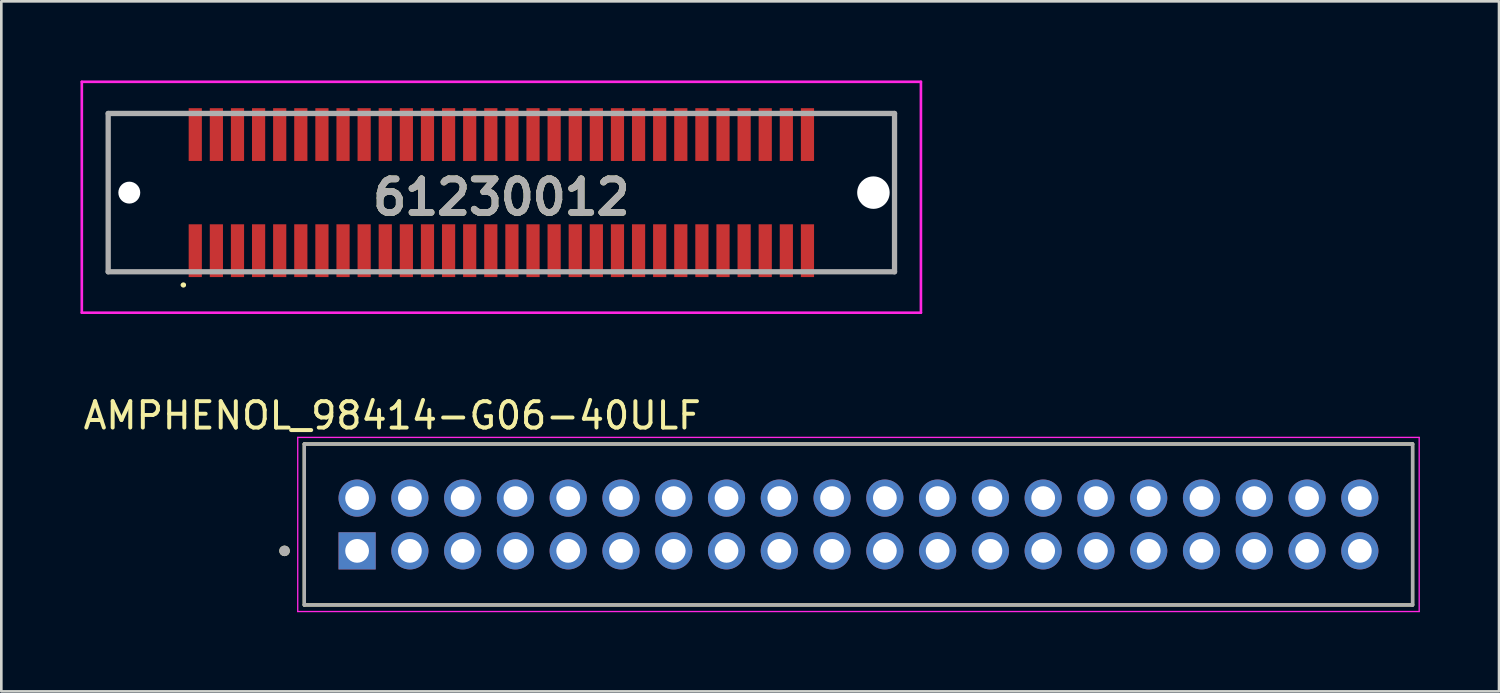
<source format=kicad_pcb>
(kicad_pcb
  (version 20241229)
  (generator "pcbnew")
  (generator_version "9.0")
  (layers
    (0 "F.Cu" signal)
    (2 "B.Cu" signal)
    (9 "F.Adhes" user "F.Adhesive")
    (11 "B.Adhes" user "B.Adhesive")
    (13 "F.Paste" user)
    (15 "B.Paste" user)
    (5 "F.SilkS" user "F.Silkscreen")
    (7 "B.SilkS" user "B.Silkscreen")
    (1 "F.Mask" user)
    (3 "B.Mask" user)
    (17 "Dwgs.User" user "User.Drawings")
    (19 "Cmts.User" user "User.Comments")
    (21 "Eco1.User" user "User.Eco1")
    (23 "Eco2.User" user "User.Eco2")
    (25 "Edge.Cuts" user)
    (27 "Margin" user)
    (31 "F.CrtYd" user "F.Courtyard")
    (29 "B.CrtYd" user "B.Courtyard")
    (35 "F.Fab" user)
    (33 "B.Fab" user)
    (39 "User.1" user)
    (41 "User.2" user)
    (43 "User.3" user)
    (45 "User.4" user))
  (footprint "61230012"
    (layer "F.Cu")
    (at 15.95 4.25)
    (property "Reference" "61230012" (at 0 0.175 0) (layer "F.SilkS") (effects (font (size 1.27 1.27) (thickness 0.254))))
    (attr through_hole)
    (fp_line (start -14.9 -3) (end -12.5 -3) (stroke (width 0.1) (type solid)) (layer "F.SilkS"))
    (fp_line (start -14.9 3) (end -14.9 -3) (stroke (width 0.1) (type solid)) (layer "F.SilkS"))
    (fp_line (start -12.5 3) (end -14.9 3) (stroke (width 0.1) (type solid)) (layer "F.SilkS"))
    (fp_line (start -12.1 3.5) (end -12.1 3.5) (stroke (width 0.1) (type solid)) (layer "F.SilkS"))
    (fp_line (start -12 3.5) (end -12 3.5) (stroke (width 0.1) (type solid)) (layer "F.SilkS"))
    (fp_line (start 13 -3) (end 14.9 -3) (stroke (width 0.1) (type solid)) (layer "F.SilkS"))
    (fp_line (start 14.9 -3) (end 14.9 3) (stroke (width 0.1) (type solid)) (layer "F.SilkS"))
    (fp_line (start 14.9 3) (end 12.5 3) (stroke (width 0.1) (type solid)) (layer "F.SilkS"))
    (fp_arc (start -12.1 3.5) (mid -12.05 3.45) (end -12 3.5) (stroke (width 0.1) (type solid)) (layer "F.SilkS"))
    (fp_arc (start -12 3.5) (mid -12.05 3.55) (end -12.1 3.5) (stroke (width 0.1) (type solid)) (layer "F.SilkS"))
    (fp_line (start -15.9 -4.2) (end 15.9 -4.2) (stroke (width 0.1) (type solid)) (layer "F.CrtYd"))
    (fp_line (start -15.9 4.55) (end -15.9 -4.2) (stroke (width 0.1) (type solid)) (layer "F.CrtYd"))
    (fp_line (start 15.9 -4.2) (end 15.9 4.55) (stroke (width 0.1) (type solid)) (layer "F.CrtYd"))
    (fp_line (start 15.9 4.55) (end -15.9 4.55) (stroke (width 0.1) (type solid)) (layer "F.CrtYd"))
    (fp_line (start -14.9 -3) (end 14.9 -3) (stroke (width 0.2) (type solid)) (layer "F.Fab"))
    (fp_line (start -14.9 3) (end -14.9 -3) (stroke (width 0.2) (type solid)) (layer "F.Fab"))
    (fp_line (start 14.9 -3) (end 14.9 3) (stroke (width 0.2) (type solid)) (layer "F.Fab"))
    (fp_line (start 14.9 3) (end -14.9 3) (stroke (width 0.2) (type solid)) (layer "F.Fab"))
    (fp_text user "${REFERENCE}" (at 0 0.175 0) (layer "F.Fab") (effects (font (size 1.27 1.27) (thickness 0.254))))
    (pad "" np_thru_hole circle (at -14.1 0) (size 0.83 0.83) (drill 0.83) (layers "*.Cu" "*.Mask"))
    (pad "" np_thru_hole circle (at 14.1 0) (size 1.23 1.23) (drill 1.23) (layers "*.Cu" "*.Mask"))
    (pad "1" smd rect (at -11.6 2.2) (size 0.5 2) (layers "F.Cu" "F.Mask" "F.Paste"))
    (pad "2" smd rect (at -11.6 -2.2) (size 0.5 2) (layers "F.Cu" "F.Mask" "F.Paste"))
    (pad "3" smd rect (at -10.8 2.2) (size 0.5 2) (layers "F.Cu" "F.Mask" "F.Paste"))
    (pad "4" smd rect (at -10.8 -2.2) (size 0.5 2) (layers "F.Cu" "F.Mask" "F.Paste"))
    (pad "5" smd rect (at -10 2.2) (size 0.5 2) (layers "F.Cu" "F.Mask" "F.Paste"))
    (pad "6" smd rect (at -10 -2.2) (size 0.5 2) (layers "F.Cu" "F.Mask" "F.Paste"))
    (pad "7" smd rect (at -9.2 2.2) (size 0.5 2) (layers "F.Cu" "F.Mask" "F.Paste"))
    (pad "8" smd rect (at -9.2 -2.2) (size 0.5 2) (layers "F.Cu" "F.Mask" "F.Paste"))
    (pad "9" smd rect (at -8.4 2.2) (size 0.5 2) (layers "F.Cu" "F.Mask" "F.Paste"))
    (pad "10" smd rect (at -8.4 -2.2) (size 0.5 2) (layers "F.Cu" "F.Mask" "F.Paste"))
    (pad "11" smd rect (at -7.6 2.2) (size 0.5 2) (layers "F.Cu" "F.Mask" "F.Paste"))
    (pad "12" smd rect (at -7.6 -2.2) (size 0.5 2) (layers "F.Cu" "F.Mask" "F.Paste"))
    (pad "13" smd rect (at -6.8 2.2) (size 0.5 2) (layers "F.Cu" "F.Mask" "F.Paste"))
    (pad "14" smd rect (at -6.8 -2.2) (size 0.5 2) (layers "F.Cu" "F.Mask" "F.Paste"))
    (pad "15" smd rect (at -6 2.2) (size 0.5 2) (layers "F.Cu" "F.Mask" "F.Paste"))
    (pad "16" smd rect (at -6 -2.2) (size 0.5 2) (layers "F.Cu" "F.Mask" "F.Paste"))
    (pad "17" smd rect (at -5.2 2.2) (size 0.5 2) (layers "F.Cu" "F.Mask" "F.Paste"))
    (pad "18" smd rect (at -5.2 -2.2) (size 0.5 2) (layers "F.Cu" "F.Mask" "F.Paste"))
    (pad "19" smd rect (at -4.4 2.2) (size 0.5 2) (layers "F.Cu" "F.Mask" "F.Paste"))
    (pad "20" smd rect (at -4.4 -2.2) (size 0.5 2) (layers "F.Cu" "F.Mask" "F.Paste"))
    (pad "21" smd rect (at -3.6 2.2) (size 0.5 2) (layers "F.Cu" "F.Mask" "F.Paste"))
    (pad "22" smd rect (at -3.6 -2.2) (size 0.5 2) (layers "F.Cu" "F.Mask" "F.Paste"))
    (pad "23" smd rect (at -2.8 2.2) (size 0.5 2) (layers "F.Cu" "F.Mask" "F.Paste"))
    (pad "24" smd rect (at -2.8 -2.2) (size 0.5 2) (layers "F.Cu" "F.Mask" "F.Paste"))
    (pad "25" smd rect (at -2 2.2) (size 0.5 2) (layers "F.Cu" "F.Mask" "F.Paste"))
    (pad "26" smd rect (at -2 -2.2) (size 0.5 2) (layers "F.Cu" "F.Mask" "F.Paste"))
    (pad "27" smd rect (at -1.2 2.2) (size 0.5 2) (layers "F.Cu" "F.Mask" "F.Paste"))
    (pad "28" smd rect (at -1.2 -2.2) (size 0.5 2) (layers "F.Cu" "F.Mask" "F.Paste"))
    (pad "29" smd rect (at -0.4 2.2) (size 0.5 2) (layers "F.Cu" "F.Mask" "F.Paste"))
    (pad "30" smd rect (at -0.4 -2.2) (size 0.5 2) (layers "F.Cu" "F.Mask" "F.Paste"))
    (pad "31" smd rect (at 0.4 2.2) (size 0.5 2) (layers "F.Cu" "F.Mask" "F.Paste"))
    (pad "32" smd rect (at 0.4 -2.2) (size 0.5 2) (layers "F.Cu" "F.Mask" "F.Paste"))
    (pad "33" smd rect (at 1.2 2.2) (size 0.5 2) (layers "F.Cu" "F.Mask" "F.Paste"))
    (pad "34" smd rect (at 1.2 -2.2) (size 0.5 2) (layers "F.Cu" "F.Mask" "F.Paste"))
    (pad "35" smd rect (at 2 2.2) (size 0.5 2) (layers "F.Cu" "F.Mask" "F.Paste"))
    (pad "36" smd rect (at 2 -2.2) (size 0.5 2) (layers "F.Cu" "F.Mask" "F.Paste"))
    (pad "37" smd rect (at 2.8 2.2) (size 0.5 2) (layers "F.Cu" "F.Mask" "F.Paste"))
    (pad "38" smd rect (at 2.8 -2.2) (size 0.5 2) (layers "F.Cu" "F.Mask" "F.Paste"))
    (pad "39" smd rect (at 3.6 2.2) (size 0.5 2) (layers "F.Cu" "F.Mask" "F.Paste"))
    (pad "40" smd rect (at 3.6 -2.2) (size 0.5 2) (layers "F.Cu" "F.Mask" "F.Paste"))
    (pad "41" smd rect (at 4.4 2.2) (size 0.5 2) (layers "F.Cu" "F.Mask" "F.Paste"))
    (pad "42" smd rect (at 4.4 -2.2) (size 0.5 2) (layers "F.Cu" "F.Mask" "F.Paste"))
    (pad "43" smd rect (at 5.2 2.2) (size 0.5 2) (layers "F.Cu" "F.Mask" "F.Paste"))
    (pad "44" smd rect (at 5.2 -2.2) (size 0.5 2) (layers "F.Cu" "F.Mask" "F.Paste"))
    (pad "45" smd rect (at 6 2.2) (size 0.5 2) (layers "F.Cu" "F.Mask" "F.Paste"))
    (pad "46" smd rect (at 6 -2.2) (size 0.5 2) (layers "F.Cu" "F.Mask" "F.Paste"))
    (pad "47" smd rect (at 6.8 2.2) (size 0.5 2) (layers "F.Cu" "F.Mask" "F.Paste"))
    (pad "48" smd rect (at 6.8 -2.2) (size 0.5 2) (layers "F.Cu" "F.Mask" "F.Paste"))
    (pad "49" smd rect (at 7.6 2.2) (size 0.5 2) (layers "F.Cu" "F.Mask" "F.Paste"))
    (pad "50" smd rect (at 7.6 -2.2) (size 0.5 2) (layers "F.Cu" "F.Mask" "F.Paste"))
    (pad "51" smd rect (at 8.4 2.2) (size 0.5 2) (layers "F.Cu" "F.Mask" "F.Paste"))
    (pad "52" smd rect (at 8.4 -2.2) (size 0.5 2) (layers "F.Cu" "F.Mask" "F.Paste"))
    (pad "53" smd rect (at 9.2 2.2) (size 0.5 2) (layers "F.Cu" "F.Mask" "F.Paste"))
    (pad "54" smd rect (at 9.2 -2.2) (size 0.5 2) (layers "F.Cu" "F.Mask" "F.Paste"))
    (pad "55" smd rect (at 10 2.2) (size 0.5 2) (layers "F.Cu" "F.Mask" "F.Paste"))
    (pad "56" smd rect (at 10 -2.2) (size 0.5 2) (layers "F.Cu" "F.Mask" "F.Paste"))
    (pad "57" smd rect (at 10.8 2.2) (size 0.5 2) (layers "F.Cu" "F.Mask" "F.Paste"))
    (pad "58" smd rect (at 10.8 -2.2) (size 0.5 2) (layers "F.Cu" "F.Mask" "F.Paste"))
    (pad "59" smd rect (at 11.6 2.2) (size 0.5 2) (layers "F.Cu" "F.Mask" "F.Paste"))
    (pad "60" smd rect (at 11.6 -2.2) (size 0.5 2) (layers "F.Cu" "F.Mask" "F.Paste")))
  (footprint "AMPHENOL_98414-G06-40ULF"
    (layer "F.Cu")
    (at 29.483 16.826)
    (property "Reference" "AMPHENOL_98414-G06-40ULF" (at -17.668 -4.128 0) (layer "F.SilkS") (effects (font (size 1 1) (thickness 0.15))))
    (attr through_hole)
    (fp_line (start -21 -3.05) (end 21 -3.05) (stroke (width 0.127) (type solid)) (layer "F.SilkS"))
    (fp_line (start -21 3.05) (end -21 -3.05) (stroke (width 0.127) (type solid)) (layer "F.SilkS"))
    (fp_line (start 21 -3.05) (end 21 3.05) (stroke (width 0.127) (type solid)) (layer "F.SilkS"))
    (fp_line (start 21 3.05) (end -21 3.05) (stroke (width 0.127) (type solid)) (layer "F.SilkS"))
    (fp_circle (center -21.75 1) (end -21.65 1) (stroke (width 0.2) (type solid)) (fill no) (layer "F.SilkS"))
    (fp_line (start -21.25 -3.3) (end -21.25 3.3) (stroke (width 0.05) (type solid)) (layer "F.CrtYd"))
    (fp_line (start -21.25 3.3) (end 21.25 3.3) (stroke (width 0.05) (type solid)) (layer "F.CrtYd"))
    (fp_line (start 21.25 -3.3) (end -21.25 -3.3) (stroke (width 0.05) (type solid)) (layer "F.CrtYd"))
    (fp_line (start 21.25 3.3) (end 21.25 -3.3) (stroke (width 0.05) (type solid)) (layer "F.CrtYd"))
    (fp_line (start -21 -3.05) (end 21 -3.05) (stroke (width 0.127) (type solid)) (layer "F.Fab"))
    (fp_line (start -21 3.05) (end -21 -3.05) (stroke (width 0.127) (type solid)) (layer "F.Fab"))
    (fp_line (start 21 -3.05) (end 21 3.05) (stroke (width 0.127) (type solid)) (layer "F.Fab"))
    (fp_line (start 21 3.05) (end -21 3.05) (stroke (width 0.127) (type solid)) (layer "F.Fab"))
    (fp_circle (center -21.75 1) (end -21.65 1) (stroke (width 0.2) (type solid)) (fill no) (layer "F.Fab"))
    (pad "A01" thru_hole rect (at -19 1) (size 1.408 1.408) (drill 0.9) (layers "*.Cu" "*.Mask"))
    (pad "A02" thru_hole circle (at -17 1) (size 1.408 1.408) (drill 0.9) (layers "*.Cu" "*.Mask"))
    (pad "A03" thru_hole circle (at -15 1) (size 1.408 1.408) (drill 0.9) (layers "*.Cu" "*.Mask"))
    (pad "A04" thru_hole circle (at -13 1) (size 1.408 1.408) (drill 0.9) (layers "*.Cu" "*.Mask"))
    (pad "A05" thru_hole circle (at -11 1) (size 1.408 1.408) (drill 0.9) (layers "*.Cu" "*.Mask"))
    (pad "A06" thru_hole circle (at -9 1) (size 1.408 1.408) (drill 0.9) (layers "*.Cu" "*.Mask"))
    (pad "A07" thru_hole circle (at -7 1) (size 1.408 1.408) (drill 0.9) (layers "*.Cu" "*.Mask"))
    (pad "A08" thru_hole circle (at -5 1) (size 1.408 1.408) (drill 0.9) (layers "*.Cu" "*.Mask"))
    (pad "A09" thru_hole circle (at -3 1) (size 1.408 1.408) (drill 0.9) (layers "*.Cu" "*.Mask"))
    (pad "A10" thru_hole circle (at -1 1) (size 1.408 1.408) (drill 0.9) (layers "*.Cu" "*.Mask"))
    (pad "A11" thru_hole circle (at 1 1) (size 1.408 1.408) (drill 0.9) (layers "*.Cu" "*.Mask"))
    (pad "A12" thru_hole circle (at 3 1) (size 1.408 1.408) (drill 0.9) (layers "*.Cu" "*.Mask"))
    (pad "A13" thru_hole circle (at 5 1) (size 1.408 1.408) (drill 0.9) (layers "*.Cu" "*.Mask"))
    (pad "A14" thru_hole circle (at 7 1) (size 1.408 1.408) (drill 0.9) (layers "*.Cu" "*.Mask"))
    (pad "A15" thru_hole circle (at 9 1) (size 1.408 1.408) (drill 0.9) (layers "*.Cu" "*.Mask"))
    (pad "A16" thru_hole circle (at 11 1) (size 1.408 1.408) (drill 0.9) (layers "*.Cu" "*.Mask"))
    (pad "A17" thru_hole circle (at 13 1) (size 1.408 1.408) (drill 0.9) (layers "*.Cu" "*.Mask"))
    (pad "A18" thru_hole circle (at 15 1) (size 1.408 1.408) (drill 0.9) (layers "*.Cu" "*.Mask"))
    (pad "A19" thru_hole circle (at 17 1) (size 1.408 1.408) (drill 0.9) (layers "*.Cu" "*.Mask"))
    (pad "A20" thru_hole circle (at 19 1) (size 1.408 1.408) (drill 0.9) (layers "*.Cu" "*.Mask"))
    (pad "B01" thru_hole circle (at -19 -1) (size 1.408 1.408) (drill 0.9) (layers "*.Cu" "*.Mask"))
    (pad "B02" thru_hole circle (at -17 -1) (size 1.408 1.408) (drill 0.9) (layers "*.Cu" "*.Mask"))
    (pad "B03" thru_hole circle (at -15 -1) (size 1.408 1.408) (drill 0.9) (layers "*.Cu" "*.Mask"))
    (pad "B04" thru_hole circle (at -13 -1) (size 1.408 1.408) (drill 0.9) (layers "*.Cu" "*.Mask"))
    (pad "B05" thru_hole circle (at -11 -1) (size 1.408 1.408) (drill 0.9) (layers "*.Cu" "*.Mask"))
    (pad "B06" thru_hole circle (at -9 -1) (size 1.408 1.408) (drill 0.9) (layers "*.Cu" "*.Mask"))
    (pad "B07" thru_hole circle (at -7 -1) (size 1.408 1.408) (drill 0.9) (layers "*.Cu" "*.Mask"))
    (pad "B08" thru_hole circle (at -5 -1) (size 1.408 1.408) (drill 0.9) (layers "*.Cu" "*.Mask"))
    (pad "B09" thru_hole circle (at -3 -1) (size 1.408 1.408) (drill 0.9) (layers "*.Cu" "*.Mask"))
    (pad "B10" thru_hole circle (at -1 -1) (size 1.408 1.408) (drill 0.9) (layers "*.Cu" "*.Mask"))
    (pad "B11" thru_hole circle (at 1 -1) (size 1.408 1.408) (drill 0.9) (layers "*.Cu" "*.Mask"))
    (pad "B12" thru_hole circle (at 3 -1) (size 1.408 1.408) (drill 0.9) (layers "*.Cu" "*.Mask"))
    (pad "B13" thru_hole circle (at 5 -1) (size 1.408 1.408) (drill 0.9) (layers "*.Cu" "*.Mask"))
    (pad "B14" thru_hole circle (at 7 -1) (size 1.408 1.408) (drill 0.9) (layers "*.Cu" "*.Mask"))
    (pad "B15" thru_hole circle (at 9 -1) (size 1.408 1.408) (drill 0.9) (layers "*.Cu" "*.Mask"))
    (pad "B16" thru_hole circle (at 11 -1) (size 1.408 1.408) (drill 0.9) (layers "*.Cu" "*.Mask"))
    (pad "B17" thru_hole circle (at 13 -1) (size 1.408 1.408) (drill 0.9) (layers "*.Cu" "*.Mask"))
    (pad "B18" thru_hole circle (at 15 -1) (size 1.408 1.408) (drill 0.9) (layers "*.Cu" "*.Mask"))
    (pad "B19" thru_hole circle (at 17 -1) (size 1.408 1.408) (drill 0.9) (layers "*.Cu" "*.Mask"))
    (pad "B20" thru_hole circle (at 19 -1) (size 1.408 1.408) (drill 0.9) (layers "*.Cu" "*.Mask")))
  (gr_rect
    (start -3 -3)
    (end 53.758 23.151)
    (stroke (width 0.1) (type default))
    (fill no)
    (layer "Edge.Cuts")))
</source>
